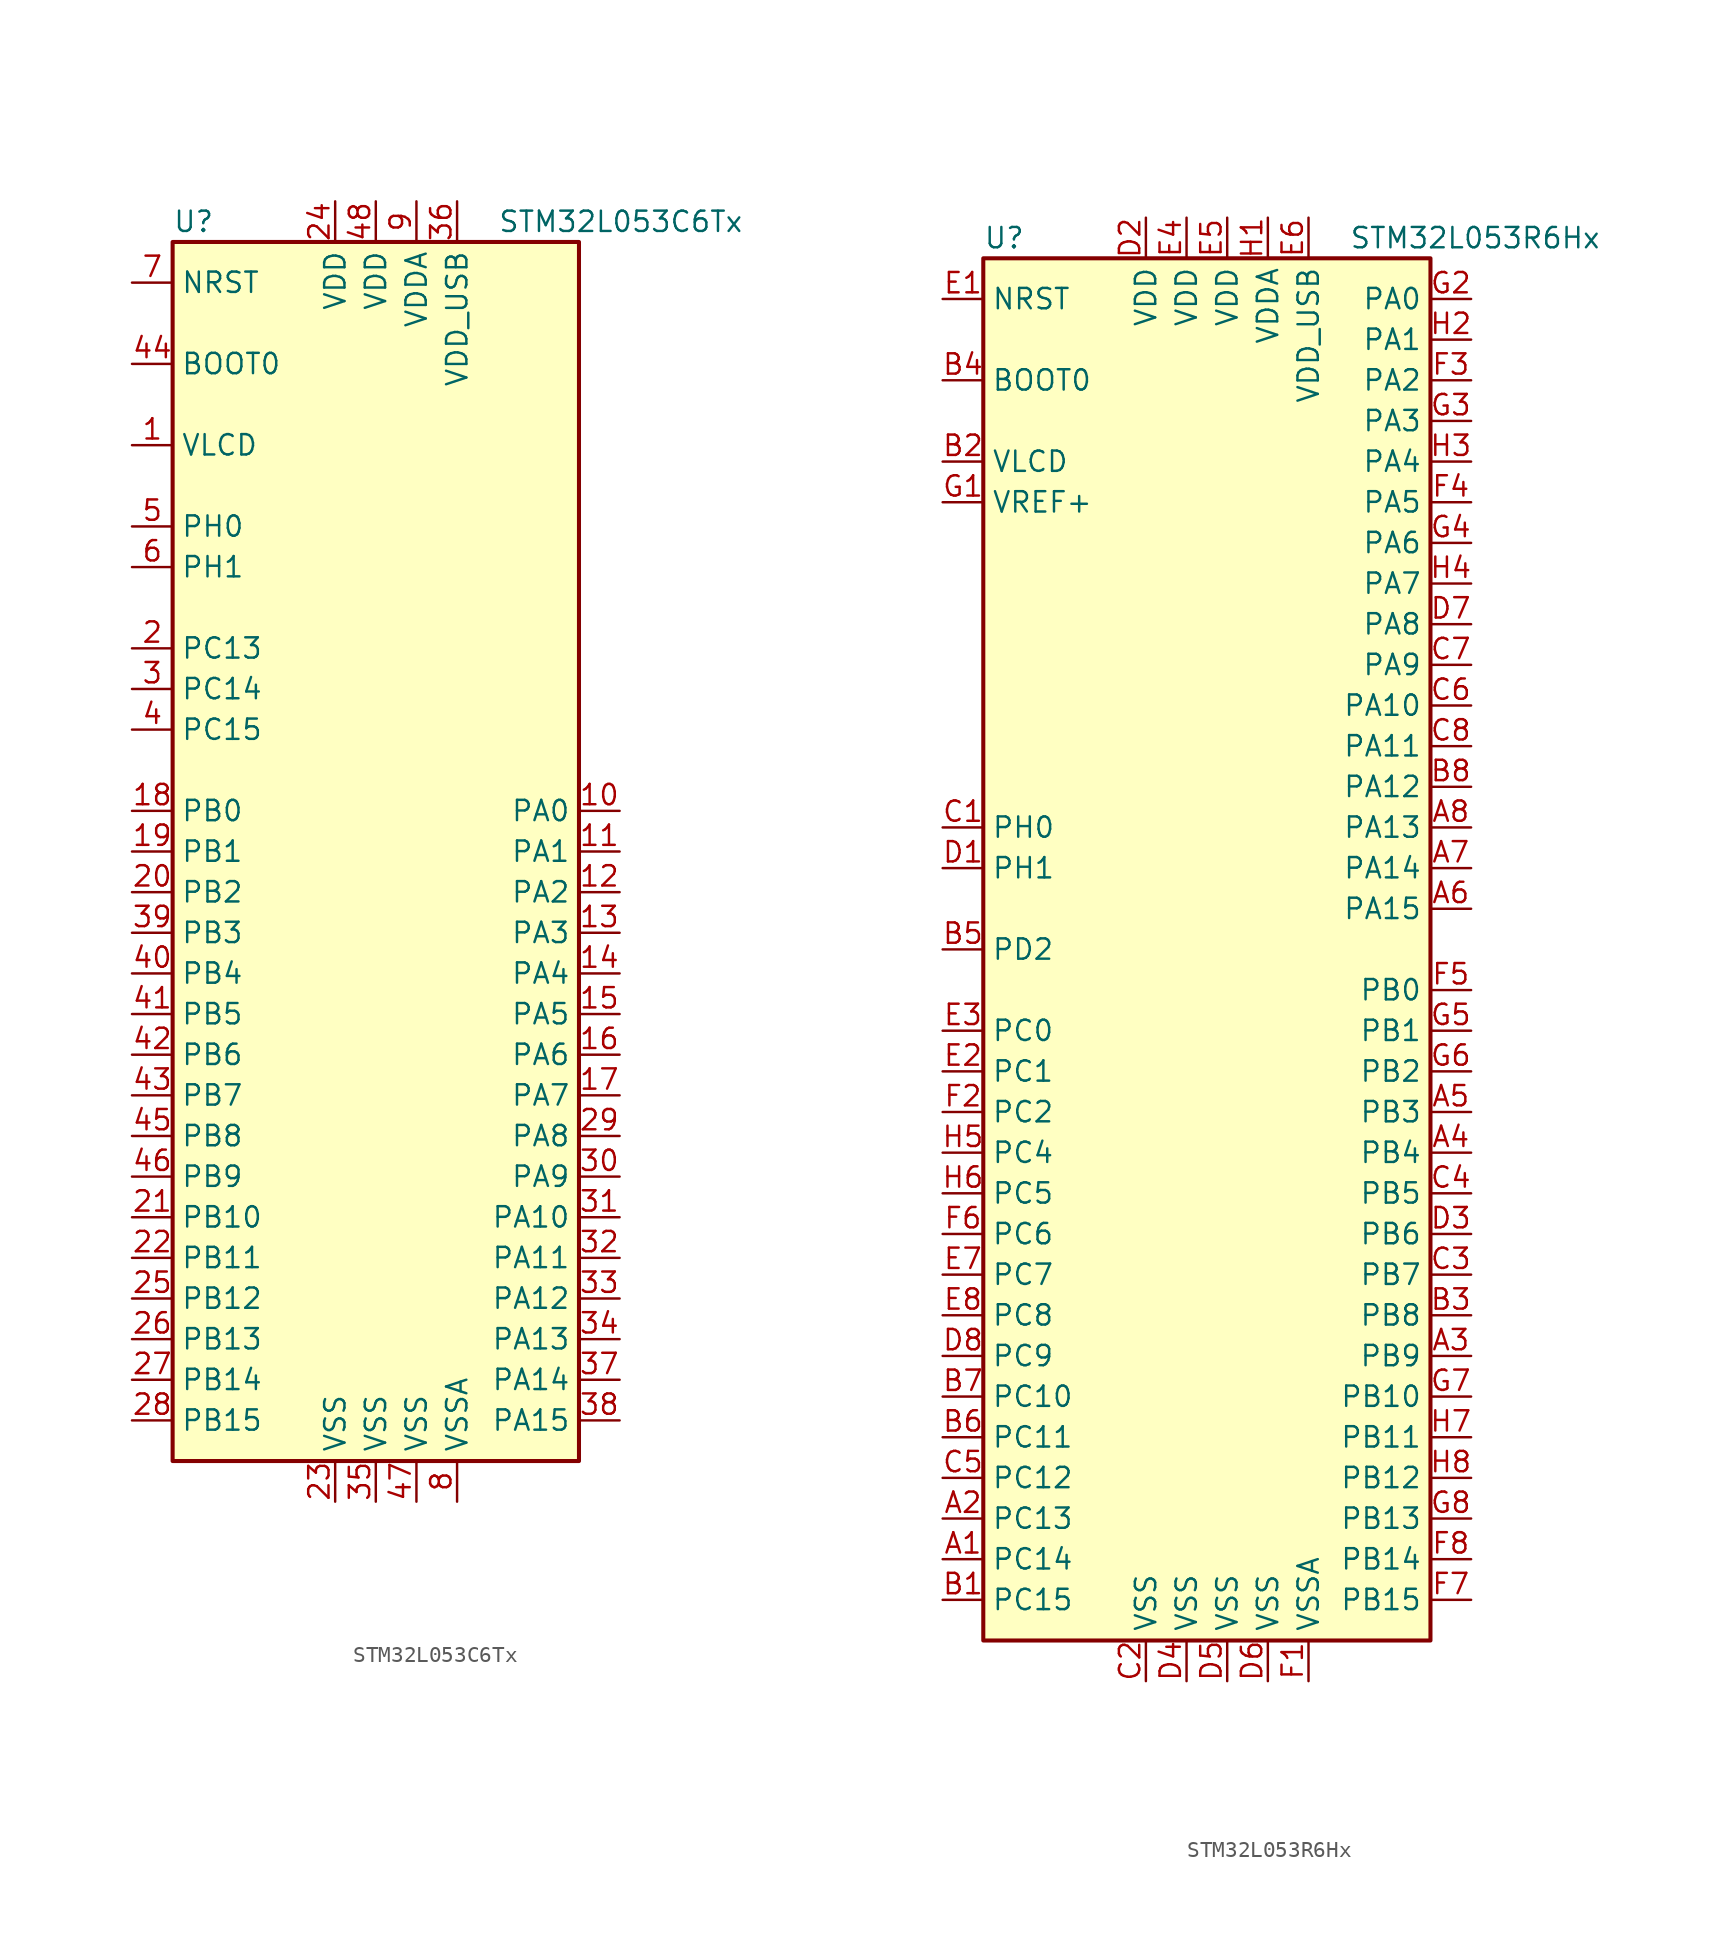
<source format=kicad_sym>
(kicad_symbol_lib
  (version 20201005)
  (generator kicad_symbol_editor)
  (symbol "MCU_ST_STM32L0:STM32L053C6Tx"
    (property "Reference" "U"
      (at -12.7 39.37 0)
      (effects (font (size 1.27 1.27)) (justify left)))
    (property "Value" "STM32L053C6Tx"
      (at 7.62 39.37 0)
      (effects (font (size 1.27 1.27)) (justify left)))
    (symbol "STM32L053C6Tx_0_1"
      (rectangle (start -12.7 -38.1) (end 12.7 38.1) (stroke (width 0.254)) (fill (type background))))
    (symbol "STM32L053C6Tx_1_1"
      (pin input line (at -15.24 30.48 0) (length 2.54) (name "BOOT0" (effects (font (size 1.27 1.27)))) (number "44" (effects (font (size 1.27 1.27)))))
      (pin input line (at -15.24 35.56 0) (length 2.54) (name "NRST" (effects (font (size 1.27 1.27)))) (number "7" (effects (font (size 1.27 1.27)))))
      (pin bidirectional line (at 15.24 2.54 180) (length 2.54) (name "PA0" (effects (font (size 1.27 1.27)))) (number "10" (effects (font (size 1.27 1.27)))))
      (pin bidirectional line (at 15.24 0 180) (length 2.54) (name "PA1" (effects (font (size 1.27 1.27)))) (number "11" (effects (font (size 1.27 1.27)))))
      (pin bidirectional line (at 15.24 -22.86 180) (length 2.54) (name "PA10" (effects (font (size 1.27 1.27)))) (number "31" (effects (font (size 1.27 1.27)))))
      (pin bidirectional line (at 15.24 -25.4 180) (length 2.54) (name "PA11" (effects (font (size 1.27 1.27)))) (number "32" (effects (font (size 1.27 1.27)))))
      (pin bidirectional line (at 15.24 -27.94 180) (length 2.54) (name "PA12" (effects (font (size 1.27 1.27)))) (number "33" (effects (font (size 1.27 1.27)))))
      (pin bidirectional line (at 15.24 -30.48 180) (length 2.54) (name "PA13" (effects (font (size 1.27 1.27)))) (number "34" (effects (font (size 1.27 1.27)))))
      (pin bidirectional line (at 15.24 -33.02 180) (length 2.54) (name "PA14" (effects (font (size 1.27 1.27)))) (number "37" (effects (font (size 1.27 1.27)))))
      (pin bidirectional line (at 15.24 -35.56 180) (length 2.54) (name "PA15" (effects (font (size 1.27 1.27)))) (number "38" (effects (font (size 1.27 1.27)))))
      (pin bidirectional line (at 15.24 -2.54 180) (length 2.54) (name "PA2" (effects (font (size 1.27 1.27)))) (number "12" (effects (font (size 1.27 1.27)))))
      (pin bidirectional line (at 15.24 -5.08 180) (length 2.54) (name "PA3" (effects (font (size 1.27 1.27)))) (number "13" (effects (font (size 1.27 1.27)))))
      (pin bidirectional line (at 15.24 -7.62 180) (length 2.54) (name "PA4" (effects (font (size 1.27 1.27)))) (number "14" (effects (font (size 1.27 1.27)))))
      (pin bidirectional line (at 15.24 -10.16 180) (length 2.54) (name "PA5" (effects (font (size 1.27 1.27)))) (number "15" (effects (font (size 1.27 1.27)))))
      (pin bidirectional line (at 15.24 -12.7 180) (length 2.54) (name "PA6" (effects (font (size 1.27 1.27)))) (number "16" (effects (font (size 1.27 1.27)))))
      (pin bidirectional line (at 15.24 -15.24 180) (length 2.54) (name "PA7" (effects (font (size 1.27 1.27)))) (number "17" (effects (font (size 1.27 1.27)))))
      (pin bidirectional line (at 15.24 -17.78 180) (length 2.54) (name "PA8" (effects (font (size 1.27 1.27)))) (number "29" (effects (font (size 1.27 1.27)))))
      (pin bidirectional line (at 15.24 -20.32 180) (length 2.54) (name "PA9" (effects (font (size 1.27 1.27)))) (number "30" (effects (font (size 1.27 1.27)))))
      (pin bidirectional line (at -15.24 2.54 0) (length 2.54) (name "PB0" (effects (font (size 1.27 1.27)))) (number "18" (effects (font (size 1.27 1.27)))))
      (pin bidirectional line (at -15.24 0 0) (length 2.54) (name "PB1" (effects (font (size 1.27 1.27)))) (number "19" (effects (font (size 1.27 1.27)))))
      (pin bidirectional line (at -15.24 -22.86 0) (length 2.54) (name "PB10" (effects (font (size 1.27 1.27)))) (number "21" (effects (font (size 1.27 1.27)))))
      (pin bidirectional line (at -15.24 -25.4 0) (length 2.54) (name "PB11" (effects (font (size 1.27 1.27)))) (number "22" (effects (font (size 1.27 1.27)))))
      (pin bidirectional line (at -15.24 -27.94 0) (length 2.54) (name "PB12" (effects (font (size 1.27 1.27)))) (number "25" (effects (font (size 1.27 1.27)))))
      (pin bidirectional line (at -15.24 -30.48 0) (length 2.54) (name "PB13" (effects (font (size 1.27 1.27)))) (number "26" (effects (font (size 1.27 1.27)))))
      (pin bidirectional line (at -15.24 -33.02 0) (length 2.54) (name "PB14" (effects (font (size 1.27 1.27)))) (number "27" (effects (font (size 1.27 1.27)))))
      (pin bidirectional line (at -15.24 -35.56 0) (length 2.54) (name "PB15" (effects (font (size 1.27 1.27)))) (number "28" (effects (font (size 1.27 1.27)))))
      (pin bidirectional line (at -15.24 -2.54 0) (length 2.54) (name "PB2" (effects (font (size 1.27 1.27)))) (number "20" (effects (font (size 1.27 1.27)))))
      (pin bidirectional line (at -15.24 -5.08 0) (length 2.54) (name "PB3" (effects (font (size 1.27 1.27)))) (number "39" (effects (font (size 1.27 1.27)))))
      (pin bidirectional line (at -15.24 -7.62 0) (length 2.54) (name "PB4" (effects (font (size 1.27 1.27)))) (number "40" (effects (font (size 1.27 1.27)))))
      (pin bidirectional line (at -15.24 -10.16 0) (length 2.54) (name "PB5" (effects (font (size 1.27 1.27)))) (number "41" (effects (font (size 1.27 1.27)))))
      (pin bidirectional line (at -15.24 -12.7 0) (length 2.54) (name "PB6" (effects (font (size 1.27 1.27)))) (number "42" (effects (font (size 1.27 1.27)))))
      (pin bidirectional line (at -15.24 -15.24 0) (length 2.54) (name "PB7" (effects (font (size 1.27 1.27)))) (number "43" (effects (font (size 1.27 1.27)))))
      (pin bidirectional line (at -15.24 -17.78 0) (length 2.54) (name "PB8" (effects (font (size 1.27 1.27)))) (number "45" (effects (font (size 1.27 1.27)))))
      (pin bidirectional line (at -15.24 -20.32 0) (length 2.54) (name "PB9" (effects (font (size 1.27 1.27)))) (number "46" (effects (font (size 1.27 1.27)))))
      (pin bidirectional line (at -15.24 12.7 0) (length 2.54) (name "PC13" (effects (font (size 1.27 1.27)))) (number "2" (effects (font (size 1.27 1.27)))))
      (pin bidirectional line (at -15.24 10.16 0) (length 2.54) (name "PC14" (effects (font (size 1.27 1.27)))) (number "3" (effects (font (size 1.27 1.27)))))
      (pin bidirectional line (at -15.24 7.62 0) (length 2.54) (name "PC15" (effects (font (size 1.27 1.27)))) (number "4" (effects (font (size 1.27 1.27)))))
      (pin input line (at -15.24 20.32 0) (length 2.54) (name "PH0" (effects (font (size 1.27 1.27)))) (number "5" (effects (font (size 1.27 1.27)))))
      (pin input line (at -15.24 17.78 0) (length 2.54) (name "PH1" (effects (font (size 1.27 1.27)))) (number "6" (effects (font (size 1.27 1.27)))))
      (pin power_in line (at -2.54 40.64 270) (length 2.54) (name "VDD" (effects (font (size 1.27 1.27)))) (number "24" (effects (font (size 1.27 1.27)))))
      (pin power_in line (at 0 40.64 270) (length 2.54) (name "VDD" (effects (font (size 1.27 1.27)))) (number "48" (effects (font (size 1.27 1.27)))))
      (pin power_in line (at 2.54 40.64 270) (length 2.54) (name "VDDA" (effects (font (size 1.27 1.27)))) (number "9" (effects (font (size 1.27 1.27)))))
      (pin power_in line (at 5.08 40.64 270) (length 2.54) (name "VDD_USB" (effects (font (size 1.27 1.27)))) (number "36" (effects (font (size 1.27 1.27)))))
      (pin power_in line (at -15.24 25.4 0) (length 2.54) (name "VLCD" (effects (font (size 1.27 1.27)))) (number "1" (effects (font (size 1.27 1.27)))))
      (pin power_in line (at -2.54 -40.64 90) (length 2.54) (name "VSS" (effects (font (size 1.27 1.27)))) (number "23" (effects (font (size 1.27 1.27)))))
      (pin power_in line (at 0 -40.64 90) (length 2.54) (name "VSS" (effects (font (size 1.27 1.27)))) (number "35" (effects (font (size 1.27 1.27)))))
      (pin power_in line (at 2.54 -40.64 90) (length 2.54) (name "VSS" (effects (font (size 1.27 1.27)))) (number "47" (effects (font (size 1.27 1.27)))))
      (pin power_in line (at 5.08 -40.64 90) (length 2.54) (name "VSSA" (effects (font (size 1.27 1.27)))) (number "8" (effects (font (size 1.27 1.27)))))))
  (symbol "MCU_ST_STM32L0:STM32L053R6Hx"
    (property "Reference" "U"
      (at -15.24 44.45 0)
      (effects (font (size 1.27 1.27)) (justify left)))
    (property "Value" "STM32L053R6Hx"
      (at 7.62 44.45 0)
      (effects (font (size 1.27 1.27)) (justify left)))
    (symbol "STM32L053R6Hx_0_1"
      (rectangle (start -15.24 -43.18) (end 12.7 43.18) (stroke (width 0.254)) (fill (type background))))
    (symbol "STM32L053R6Hx_1_1"
      (pin input line (at -17.78 35.56 0) (length 2.54) (name "BOOT0" (effects (font (size 1.27 1.27)))) (number "B4" (effects (font (size 1.27 1.27)))))
      (pin input line (at -17.78 40.64 0) (length 2.54) (name "NRST" (effects (font (size 1.27 1.27)))) (number "E1" (effects (font (size 1.27 1.27)))))
      (pin bidirectional line (at 15.24 40.64 180) (length 2.54) (name "PA0" (effects (font (size 1.27 1.27)))) (number "G2" (effects (font (size 1.27 1.27)))))
      (pin bidirectional line (at 15.24 38.1 180) (length 2.54) (name "PA1" (effects (font (size 1.27 1.27)))) (number "H2" (effects (font (size 1.27 1.27)))))
      (pin bidirectional line (at 15.24 15.24 180) (length 2.54) (name "PA10" (effects (font (size 1.27 1.27)))) (number "C6" (effects (font (size 1.27 1.27)))))
      (pin bidirectional line (at 15.24 12.7 180) (length 2.54) (name "PA11" (effects (font (size 1.27 1.27)))) (number "C8" (effects (font (size 1.27 1.27)))))
      (pin bidirectional line (at 15.24 10.16 180) (length 2.54) (name "PA12" (effects (font (size 1.27 1.27)))) (number "B8" (effects (font (size 1.27 1.27)))))
      (pin bidirectional line (at 15.24 7.62 180) (length 2.54) (name "PA13" (effects (font (size 1.27 1.27)))) (number "A8" (effects (font (size 1.27 1.27)))))
      (pin bidirectional line (at 15.24 5.08 180) (length 2.54) (name "PA14" (effects (font (size 1.27 1.27)))) (number "A7" (effects (font (size 1.27 1.27)))))
      (pin bidirectional line (at 15.24 2.54 180) (length 2.54) (name "PA15" (effects (font (size 1.27 1.27)))) (number "A6" (effects (font (size 1.27 1.27)))))
      (pin bidirectional line (at 15.24 35.56 180) (length 2.54) (name "PA2" (effects (font (size 1.27 1.27)))) (number "F3" (effects (font (size 1.27 1.27)))))
      (pin bidirectional line (at 15.24 33.02 180) (length 2.54) (name "PA3" (effects (font (size 1.27 1.27)))) (number "G3" (effects (font (size 1.27 1.27)))))
      (pin bidirectional line (at 15.24 30.48 180) (length 2.54) (name "PA4" (effects (font (size 1.27 1.27)))) (number "H3" (effects (font (size 1.27 1.27)))))
      (pin bidirectional line (at 15.24 27.94 180) (length 2.54) (name "PA5" (effects (font (size 1.27 1.27)))) (number "F4" (effects (font (size 1.27 1.27)))))
      (pin bidirectional line (at 15.24 25.4 180) (length 2.54) (name "PA6" (effects (font (size 1.27 1.27)))) (number "G4" (effects (font (size 1.27 1.27)))))
      (pin bidirectional line (at 15.24 22.86 180) (length 2.54) (name "PA7" (effects (font (size 1.27 1.27)))) (number "H4" (effects (font (size 1.27 1.27)))))
      (pin bidirectional line (at 15.24 20.32 180) (length 2.54) (name "PA8" (effects (font (size 1.27 1.27)))) (number "D7" (effects (font (size 1.27 1.27)))))
      (pin bidirectional line (at 15.24 17.78 180) (length 2.54) (name "PA9" (effects (font (size 1.27 1.27)))) (number "C7" (effects (font (size 1.27 1.27)))))
      (pin bidirectional line (at 15.24 -2.54 180) (length 2.54) (name "PB0" (effects (font (size 1.27 1.27)))) (number "F5" (effects (font (size 1.27 1.27)))))
      (pin bidirectional line (at 15.24 -5.08 180) (length 2.54) (name "PB1" (effects (font (size 1.27 1.27)))) (number "G5" (effects (font (size 1.27 1.27)))))
      (pin bidirectional line (at 15.24 -27.94 180) (length 2.54) (name "PB10" (effects (font (size 1.27 1.27)))) (number "G7" (effects (font (size 1.27 1.27)))))
      (pin bidirectional line (at 15.24 -30.48 180) (length 2.54) (name "PB11" (effects (font (size 1.27 1.27)))) (number "H7" (effects (font (size 1.27 1.27)))))
      (pin bidirectional line (at 15.24 -33.02 180) (length 2.54) (name "PB12" (effects (font (size 1.27 1.27)))) (number "H8" (effects (font (size 1.27 1.27)))))
      (pin bidirectional line (at 15.24 -35.56 180) (length 2.54) (name "PB13" (effects (font (size 1.27 1.27)))) (number "G8" (effects (font (size 1.27 1.27)))))
      (pin bidirectional line (at 15.24 -38.1 180) (length 2.54) (name "PB14" (effects (font (size 1.27 1.27)))) (number "F8" (effects (font (size 1.27 1.27)))))
      (pin bidirectional line (at 15.24 -40.64 180) (length 2.54) (name "PB15" (effects (font (size 1.27 1.27)))) (number "F7" (effects (font (size 1.27 1.27)))))
      (pin bidirectional line (at 15.24 -7.62 180) (length 2.54) (name "PB2" (effects (font (size 1.27 1.27)))) (number "G6" (effects (font (size 1.27 1.27)))))
      (pin bidirectional line (at 15.24 -10.16 180) (length 2.54) (name "PB3" (effects (font (size 1.27 1.27)))) (number "A5" (effects (font (size 1.27 1.27)))))
      (pin bidirectional line (at 15.24 -12.7 180) (length 2.54) (name "PB4" (effects (font (size 1.27 1.27)))) (number "A4" (effects (font (size 1.27 1.27)))))
      (pin bidirectional line (at 15.24 -15.24 180) (length 2.54) (name "PB5" (effects (font (size 1.27 1.27)))) (number "C4" (effects (font (size 1.27 1.27)))))
      (pin bidirectional line (at 15.24 -17.78 180) (length 2.54) (name "PB6" (effects (font (size 1.27 1.27)))) (number "D3" (effects (font (size 1.27 1.27)))))
      (pin bidirectional line (at 15.24 -20.32 180) (length 2.54) (name "PB7" (effects (font (size 1.27 1.27)))) (number "C3" (effects (font (size 1.27 1.27)))))
      (pin bidirectional line (at 15.24 -22.86 180) (length 2.54) (name "PB8" (effects (font (size 1.27 1.27)))) (number "B3" (effects (font (size 1.27 1.27)))))
      (pin bidirectional line (at 15.24 -25.4 180) (length 2.54) (name "PB9" (effects (font (size 1.27 1.27)))) (number "A3" (effects (font (size 1.27 1.27)))))
      (pin bidirectional line (at -17.78 -5.08 0) (length 2.54) (name "PC0" (effects (font (size 1.27 1.27)))) (number "E3" (effects (font (size 1.27 1.27)))))
      (pin bidirectional line (at -17.78 -7.62 0) (length 2.54) (name "PC1" (effects (font (size 1.27 1.27)))) (number "E2" (effects (font (size 1.27 1.27)))))
      (pin bidirectional line (at -17.78 -27.94 0) (length 2.54) (name "PC10" (effects (font (size 1.27 1.27)))) (number "B7" (effects (font (size 1.27 1.27)))))
      (pin bidirectional line (at -17.78 -30.48 0) (length 2.54) (name "PC11" (effects (font (size 1.27 1.27)))) (number "B6" (effects (font (size 1.27 1.27)))))
      (pin bidirectional line (at -17.78 -33.02 0) (length 2.54) (name "PC12" (effects (font (size 1.27 1.27)))) (number "C5" (effects (font (size 1.27 1.27)))))
      (pin bidirectional line (at -17.78 -35.56 0) (length 2.54) (name "PC13" (effects (font (size 1.27 1.27)))) (number "A2" (effects (font (size 1.27 1.27)))))
      (pin bidirectional line (at -17.78 -38.1 0) (length 2.54) (name "PC14" (effects (font (size 1.27 1.27)))) (number "A1" (effects (font (size 1.27 1.27)))))
      (pin bidirectional line (at -17.78 -40.64 0) (length 2.54) (name "PC15" (effects (font (size 1.27 1.27)))) (number "B1" (effects (font (size 1.27 1.27)))))
      (pin bidirectional line (at -17.78 -10.16 0) (length 2.54) (name "PC2" (effects (font (size 1.27 1.27)))) (number "F2" (effects (font (size 1.27 1.27)))))
      (pin bidirectional line (at -17.78 -12.7 0) (length 2.54) (name "PC4" (effects (font (size 1.27 1.27)))) (number "H5" (effects (font (size 1.27 1.27)))))
      (pin bidirectional line (at -17.78 -15.24 0) (length 2.54) (name "PC5" (effects (font (size 1.27 1.27)))) (number "H6" (effects (font (size 1.27 1.27)))))
      (pin bidirectional line (at -17.78 -17.78 0) (length 2.54) (name "PC6" (effects (font (size 1.27 1.27)))) (number "F6" (effects (font (size 1.27 1.27)))))
      (pin bidirectional line (at -17.78 -20.32 0) (length 2.54) (name "PC7" (effects (font (size 1.27 1.27)))) (number "E7" (effects (font (size 1.27 1.27)))))
      (pin bidirectional line (at -17.78 -22.86 0) (length 2.54) (name "PC8" (effects (font (size 1.27 1.27)))) (number "E8" (effects (font (size 1.27 1.27)))))
      (pin bidirectional line (at -17.78 -25.4 0) (length 2.54) (name "PC9" (effects (font (size 1.27 1.27)))) (number "D8" (effects (font (size 1.27 1.27)))))
      (pin bidirectional line (at -17.78 0 0) (length 2.54) (name "PD2" (effects (font (size 1.27 1.27)))) (number "B5" (effects (font (size 1.27 1.27)))))
      (pin input line (at -17.78 7.62 0) (length 2.54) (name "PH0" (effects (font (size 1.27 1.27)))) (number "C1" (effects (font (size 1.27 1.27)))))
      (pin input line (at -17.78 5.08 0) (length 2.54) (name "PH1" (effects (font (size 1.27 1.27)))) (number "D1" (effects (font (size 1.27 1.27)))))
      (pin power_in line (at -5.08 45.72 270) (length 2.54) (name "VDD" (effects (font (size 1.27 1.27)))) (number "D2" (effects (font (size 1.27 1.27)))))
      (pin power_in line (at -2.54 45.72 270) (length 2.54) (name "VDD" (effects (font (size 1.27 1.27)))) (number "E4" (effects (font (size 1.27 1.27)))))
      (pin power_in line (at 0 45.72 270) (length 2.54) (name "VDD" (effects (font (size 1.27 1.27)))) (number "E5" (effects (font (size 1.27 1.27)))))
      (pin power_in line (at 2.54 45.72 270) (length 2.54) (name "VDDA" (effects (font (size 1.27 1.27)))) (number "H1" (effects (font (size 1.27 1.27)))))
      (pin power_in line (at 5.08 45.72 270) (length 2.54) (name "VDD_USB" (effects (font (size 1.27 1.27)))) (number "E6" (effects (font (size 1.27 1.27)))))
      (pin power_in line (at -17.78 30.48 0) (length 2.54) (name "VLCD" (effects (font (size 1.27 1.27)))) (number "B2" (effects (font (size 1.27 1.27)))))
      (pin power_in line (at -17.78 27.94 0) (length 2.54) (name "VREF+" (effects (font (size 1.27 1.27)))) (number "G1" (effects (font (size 1.27 1.27)))))
      (pin power_in line (at -5.08 -45.72 90) (length 2.54) (name "VSS" (effects (font (size 1.27 1.27)))) (number "C2" (effects (font (size 1.27 1.27)))))
      (pin power_in line (at -2.54 -45.72 90) (length 2.54) (name "VSS" (effects (font (size 1.27 1.27)))) (number "D4" (effects (font (size 1.27 1.27)))))
      (pin power_in line (at 0 -45.72 90) (length 2.54) (name "VSS" (effects (font (size 1.27 1.27)))) (number "D5" (effects (font (size 1.27 1.27)))))
      (pin power_in line (at 2.54 -45.72 90) (length 2.54) (name "VSS" (effects (font (size 1.27 1.27)))) (number "D6" (effects (font (size 1.27 1.27)))))
      (pin power_in line (at 5.08 -45.72 90) (length 2.54) (name "VSSA" (effects (font (size 1.27 1.27)))) (number "F1" (effects (font (size 1.27 1.27))))))))
</source>
